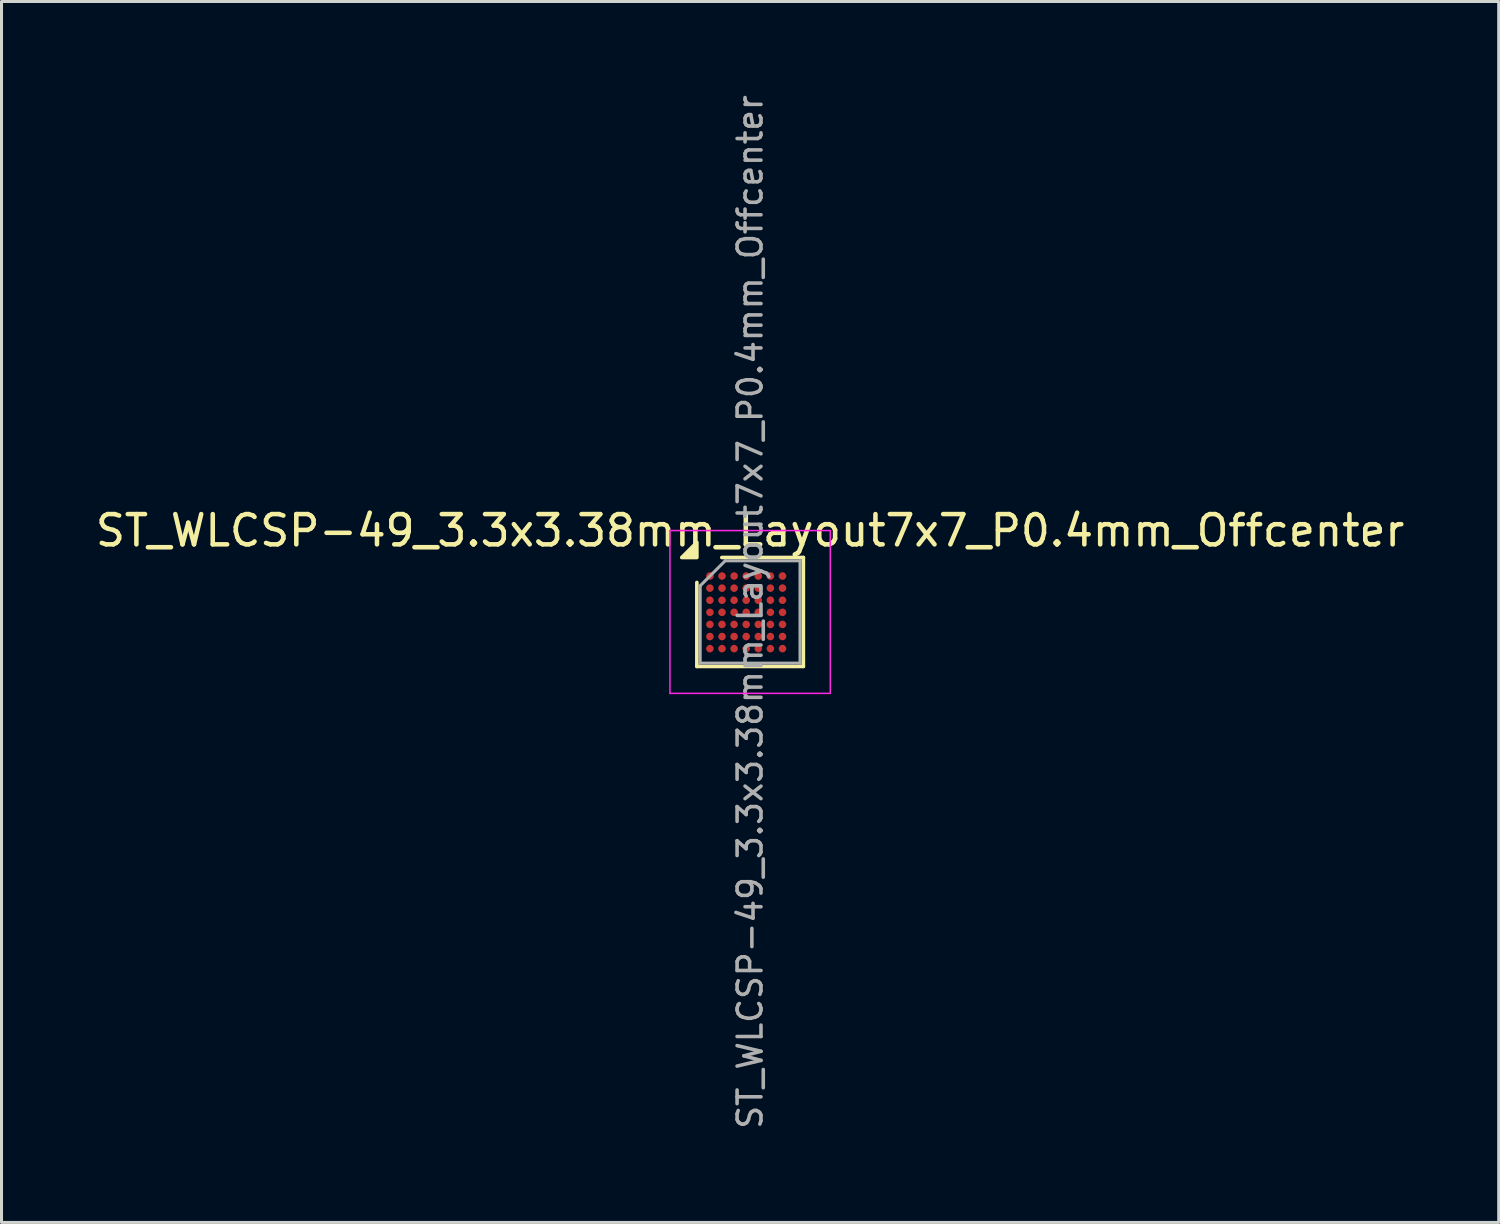
<source format=kicad_pcb>
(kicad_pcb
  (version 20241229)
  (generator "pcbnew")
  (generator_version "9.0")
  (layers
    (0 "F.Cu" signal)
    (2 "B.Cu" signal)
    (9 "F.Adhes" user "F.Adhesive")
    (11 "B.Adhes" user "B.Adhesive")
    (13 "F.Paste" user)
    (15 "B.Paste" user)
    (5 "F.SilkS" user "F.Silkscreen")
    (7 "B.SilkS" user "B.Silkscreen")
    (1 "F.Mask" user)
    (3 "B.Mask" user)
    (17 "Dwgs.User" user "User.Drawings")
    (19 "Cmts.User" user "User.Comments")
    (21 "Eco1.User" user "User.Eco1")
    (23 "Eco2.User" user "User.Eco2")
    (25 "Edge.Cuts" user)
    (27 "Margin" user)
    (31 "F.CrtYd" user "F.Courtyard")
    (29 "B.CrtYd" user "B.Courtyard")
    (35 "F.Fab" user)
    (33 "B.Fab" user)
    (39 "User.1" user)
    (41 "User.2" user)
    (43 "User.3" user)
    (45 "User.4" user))
  (footprint "ST_WLCSP-49_3.3x3.38mm_Layout7x7_P0.4mm_Offcenter"
    (layer "F.Cu")
    (at 21.744 17.178)
    (property "Reference" "ST_WLCSP-49_3.3x3.38mm_Layout7x7_P0.4mm_Offcenter" (at 0 -2.69 0) (layer "F.SilkS") (effects (font (size 1 1) (thickness 0.15))))
    (attr smd)
    (fp_line (start -1.76 1.8) (end -1.76 -0.975) (stroke (width 0.12) (type solid)) (layer "F.SilkS"))
    (fp_line (start -0.935 -1.8) (end 1.76 -1.8) (stroke (width 0.12) (type solid)) (layer "F.SilkS"))
    (fp_line (start 1.76 -1.8) (end 1.76 1.8) (stroke (width 0.12) (type solid)) (layer "F.SilkS"))
    (fp_line (start 1.76 1.8) (end -1.76 1.8) (stroke (width 0.12) (type solid)) (layer "F.SilkS"))
    (fp_poly (pts (xy -1.76 -1.8) (xy -2.26 -1.8) (xy -1.76 -2.3) (xy -1.76 -1.8)) (stroke (width 0.12) (type solid)) (fill yes) (layer "F.SilkS"))
    (fp_line (start -2.65 -2.69) (end -2.65 2.69) (stroke (width 0.05) (type solid)) (layer "F.CrtYd"))
    (fp_line (start -2.65 2.69) (end 2.65 2.69) (stroke (width 0.05) (type solid)) (layer "F.CrtYd"))
    (fp_line (start 2.65 -2.69) (end -2.65 -2.69) (stroke (width 0.05) (type solid)) (layer "F.CrtYd"))
    (fp_line (start 2.65 2.69) (end 2.65 -2.69) (stroke (width 0.05) (type solid)) (layer "F.CrtYd"))
    (fp_line (start -1.65 -0.865) (end -0.825 -1.69) (stroke (width 0.1) (type solid)) (layer "F.Fab"))
    (fp_line (start -1.65 1.69) (end -1.65 -0.865) (stroke (width 0.1) (type solid)) (layer "F.Fab"))
    (fp_line (start -0.825 -1.69) (end 1.65 -1.69) (stroke (width 0.1) (type solid)) (layer "F.Fab"))
    (fp_line (start 1.65 -1.69) (end 1.65 1.69) (stroke (width 0.1) (type solid)) (layer "F.Fab"))
    (fp_line (start 1.65 1.69) (end -1.65 1.69) (stroke (width 0.1) (type solid)) (layer "F.Fab"))
    (fp_text user "${REFERENCE}" (at 0 0 270) (layer "F.Fab") (effects (font (size 0.79 0.79) (thickness 0.118))))
    (pad "A1" smd circle (at -1.329 -1.188) (size 0.25 0.25) (property pad_prop_bga) (layers "F.Cu" "F.Mask" "F.Paste"))
    (pad "A2" smd circle (at -0.929 -1.188) (size 0.25 0.25) (property pad_prop_bga) (layers "F.Cu" "F.Mask" "F.Paste"))
    (pad "A3" smd circle (at -0.529 -1.188) (size 0.25 0.25) (property pad_prop_bga) (layers "F.Cu" "F.Mask" "F.Paste"))
    (pad "A4" smd circle (at -0.129 -1.188) (size 0.25 0.25) (property pad_prop_bga) (layers "F.Cu" "F.Mask" "F.Paste"))
    (pad "A5" smd circle (at 0.271 -1.188) (size 0.25 0.25) (property pad_prop_bga) (layers "F.Cu" "F.Mask" "F.Paste"))
    (pad "A6" smd circle (at 0.671 -1.188) (size 0.25 0.25) (property pad_prop_bga) (layers "F.Cu" "F.Mask" "F.Paste"))
    (pad "A7" smd circle (at 1.071 -1.188) (size 0.25 0.25) (property pad_prop_bga) (layers "F.Cu" "F.Mask" "F.Paste"))
    (pad "B1" smd circle (at -1.329 -0.788) (size 0.25 0.25) (property pad_prop_bga) (layers "F.Cu" "F.Mask" "F.Paste"))
    (pad "B2" smd circle (at -0.929 -0.788) (size 0.25 0.25) (property pad_prop_bga) (layers "F.Cu" "F.Mask" "F.Paste"))
    (pad "B3" smd circle (at -0.529 -0.788) (size 0.25 0.25) (property pad_prop_bga) (layers "F.Cu" "F.Mask" "F.Paste"))
    (pad "B4" smd circle (at -0.129 -0.788) (size 0.25 0.25) (property pad_prop_bga) (layers "F.Cu" "F.Mask" "F.Paste"))
    (pad "B5" smd circle (at 0.271 -0.788) (size 0.25 0.25) (property pad_prop_bga) (layers "F.Cu" "F.Mask" "F.Paste"))
    (pad "B6" smd circle (at 0.671 -0.788) (size 0.25 0.25) (property pad_prop_bga) (layers "F.Cu" "F.Mask" "F.Paste"))
    (pad "B7" smd circle (at 1.071 -0.788) (size 0.25 0.25) (property pad_prop_bga) (layers "F.Cu" "F.Mask" "F.Paste"))
    (pad "C1" smd circle (at -1.329 -0.388) (size 0.25 0.25) (property pad_prop_bga) (layers "F.Cu" "F.Mask" "F.Paste"))
    (pad "C2" smd circle (at -0.929 -0.388) (size 0.25 0.25) (property pad_prop_bga) (layers "F.Cu" "F.Mask" "F.Paste"))
    (pad "C3" smd circle (at -0.529 -0.388) (size 0.25 0.25) (property pad_prop_bga) (layers "F.Cu" "F.Mask" "F.Paste"))
    (pad "C4" smd circle (at -0.129 -0.388) (size 0.25 0.25) (property pad_prop_bga) (layers "F.Cu" "F.Mask" "F.Paste"))
    (pad "C5" smd circle (at 0.271 -0.388) (size 0.25 0.25) (property pad_prop_bga) (layers "F.Cu" "F.Mask" "F.Paste"))
    (pad "C6" smd circle (at 0.671 -0.388) (size 0.25 0.25) (property pad_prop_bga) (layers "F.Cu" "F.Mask" "F.Paste"))
    (pad "C7" smd circle (at 1.071 -0.388) (size 0.25 0.25) (property pad_prop_bga) (layers "F.Cu" "F.Mask" "F.Paste"))
    (pad "D1" smd circle (at -1.329 0.012) (size 0.25 0.25) (property pad_prop_bga) (layers "F.Cu" "F.Mask" "F.Paste"))
    (pad "D2" smd circle (at -0.929 0.012) (size 0.25 0.25) (property pad_prop_bga) (layers "F.Cu" "F.Mask" "F.Paste"))
    (pad "D3" smd circle (at -0.529 0.012) (size 0.25 0.25) (property pad_prop_bga) (layers "F.Cu" "F.Mask" "F.Paste"))
    (pad "D4" smd circle (at -0.129 0.012) (size 0.25 0.25) (property pad_prop_bga) (layers "F.Cu" "F.Mask" "F.Paste"))
    (pad "D5" smd circle (at 0.271 0.012) (size 0.25 0.25) (property pad_prop_bga) (layers "F.Cu" "F.Mask" "F.Paste"))
    (pad "D6" smd circle (at 0.671 0.012) (size 0.25 0.25) (property pad_prop_bga) (layers "F.Cu" "F.Mask" "F.Paste"))
    (pad "D7" smd circle (at 1.071 0.012) (size 0.25 0.25) (property pad_prop_bga) (layers "F.Cu" "F.Mask" "F.Paste"))
    (pad "E1" smd circle (at -1.329 0.412) (size 0.25 0.25) (property pad_prop_bga) (layers "F.Cu" "F.Mask" "F.Paste"))
    (pad "E2" smd circle (at -0.929 0.412) (size 0.25 0.25) (property pad_prop_bga) (layers "F.Cu" "F.Mask" "F.Paste"))
    (pad "E3" smd circle (at -0.529 0.412) (size 0.25 0.25) (property pad_prop_bga) (layers "F.Cu" "F.Mask" "F.Paste"))
    (pad "E4" smd circle (at -0.129 0.412) (size 0.25 0.25) (property pad_prop_bga) (layers "F.Cu" "F.Mask" "F.Paste"))
    (pad "E5" smd circle (at 0.271 0.412) (size 0.25 0.25) (property pad_prop_bga) (layers "F.Cu" "F.Mask" "F.Paste"))
    (pad "E6" smd circle (at 0.671 0.412) (size 0.25 0.25) (property pad_prop_bga) (layers "F.Cu" "F.Mask" "F.Paste"))
    (pad "E7" smd circle (at 1.071 0.412) (size 0.25 0.25) (property pad_prop_bga) (layers "F.Cu" "F.Mask" "F.Paste"))
    (pad "F1" smd circle (at -1.329 0.812) (size 0.25 0.25) (property pad_prop_bga) (layers "F.Cu" "F.Mask" "F.Paste"))
    (pad "F2" smd circle (at -0.929 0.812) (size 0.25 0.25) (property pad_prop_bga) (layers "F.Cu" "F.Mask" "F.Paste"))
    (pad "F3" smd circle (at -0.529 0.812) (size 0.25 0.25) (property pad_prop_bga) (layers "F.Cu" "F.Mask" "F.Paste"))
    (pad "F4" smd circle (at -0.129 0.812) (size 0.25 0.25) (property pad_prop_bga) (layers "F.Cu" "F.Mask" "F.Paste"))
    (pad "F5" smd circle (at 0.271 0.812) (size 0.25 0.25) (property pad_prop_bga) (layers "F.Cu" "F.Mask" "F.Paste"))
    (pad "F6" smd circle (at 0.671 0.812) (size 0.25 0.25) (property pad_prop_bga) (layers "F.Cu" "F.Mask" "F.Paste"))
    (pad "F7" smd circle (at 1.071 0.812) (size 0.25 0.25) (property pad_prop_bga) (layers "F.Cu" "F.Mask" "F.Paste"))
    (pad "G1" smd circle (at -1.329 1.212) (size 0.25 0.25) (property pad_prop_bga) (layers "F.Cu" "F.Mask" "F.Paste"))
    (pad "G2" smd circle (at -0.929 1.212) (size 0.25 0.25) (property pad_prop_bga) (layers "F.Cu" "F.Mask" "F.Paste"))
    (pad "G3" smd circle (at -0.529 1.212) (size 0.25 0.25) (property pad_prop_bga) (layers "F.Cu" "F.Mask" "F.Paste"))
    (pad "G4" smd circle (at -0.129 1.212) (size 0.25 0.25) (property pad_prop_bga) (layers "F.Cu" "F.Mask" "F.Paste"))
    (pad "G5" smd circle (at 0.271 1.212) (size 0.25 0.25) (property pad_prop_bga) (layers "F.Cu" "F.Mask" "F.Paste"))
    (pad "G6" smd circle (at 0.671 1.212) (size 0.25 0.25) (property pad_prop_bga) (layers "F.Cu" "F.Mask" "F.Paste"))
    (pad "G7" smd circle (at 1.071 1.212) (size 0.25 0.25) (property pad_prop_bga) (layers "F.Cu" "F.Mask" "F.Paste")))
  (gr_rect
    (start -3 -3)
    (end 46.488 37.356)
    (stroke (width 0.1) (type default))
    (fill no)
    (layer "Edge.Cuts")))
</source>
